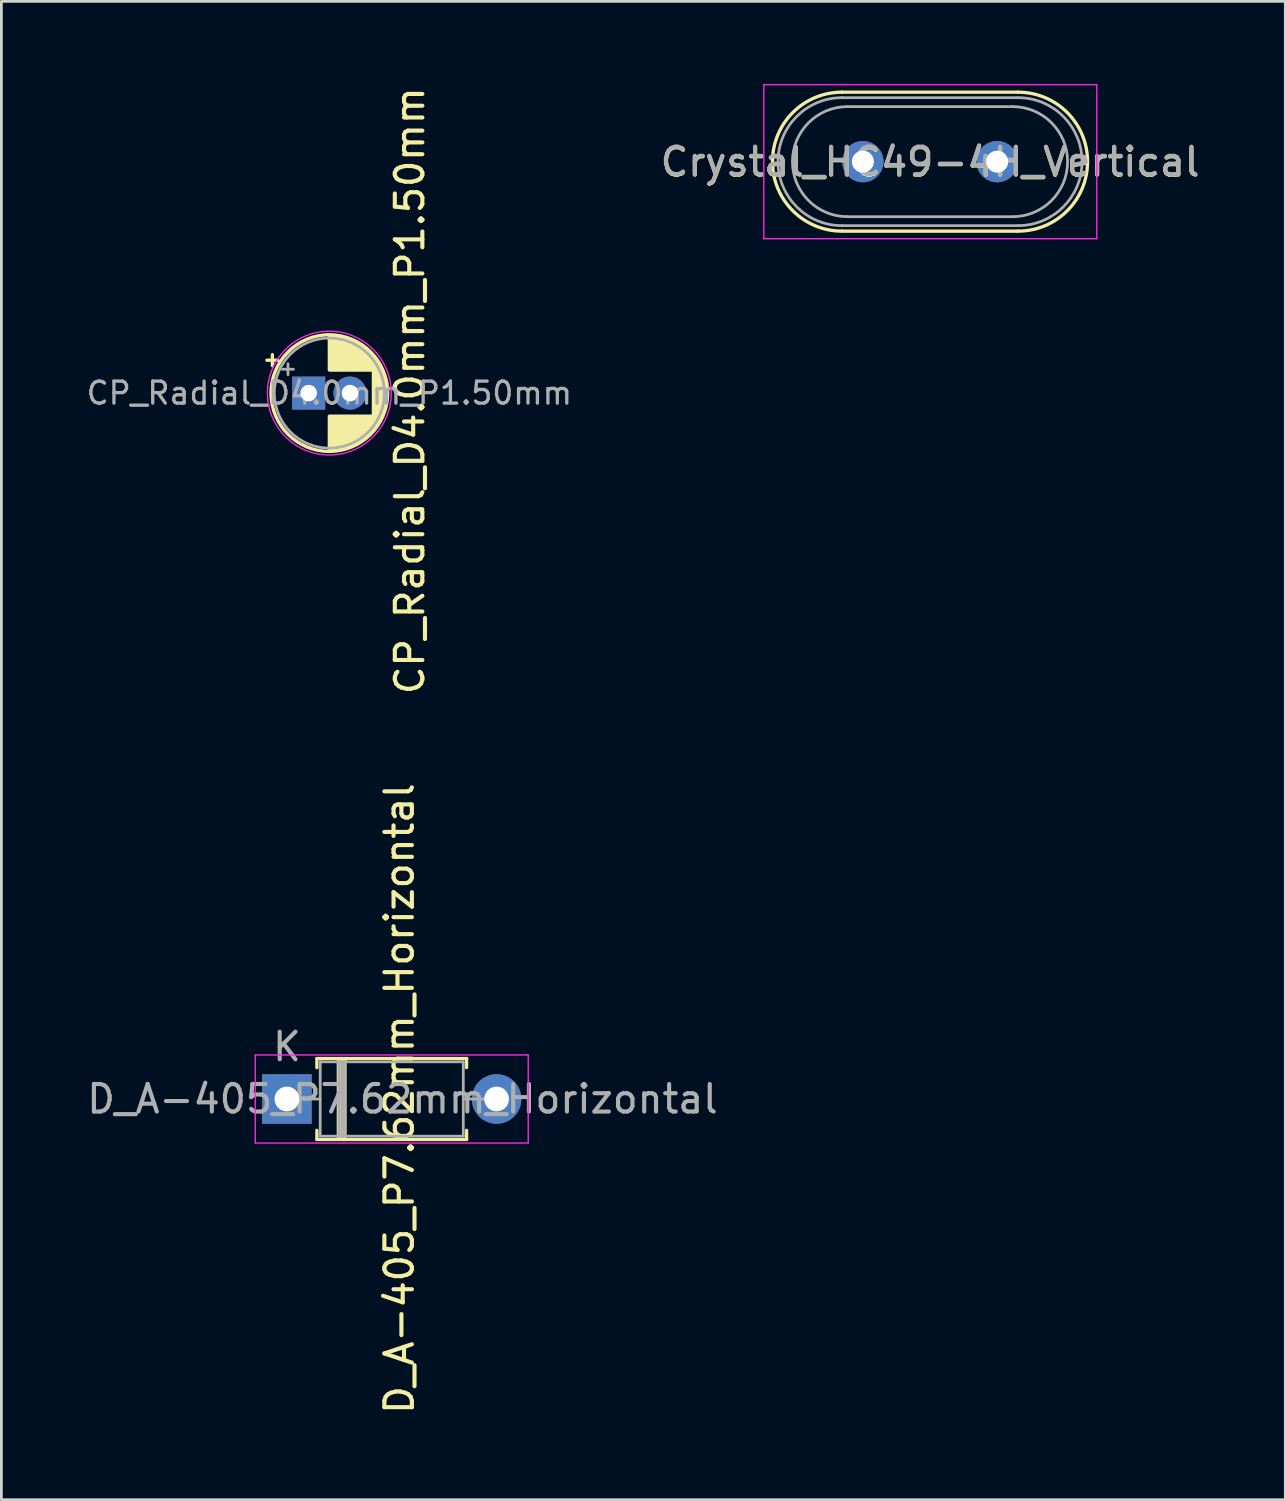
<source format=kicad_pcb>
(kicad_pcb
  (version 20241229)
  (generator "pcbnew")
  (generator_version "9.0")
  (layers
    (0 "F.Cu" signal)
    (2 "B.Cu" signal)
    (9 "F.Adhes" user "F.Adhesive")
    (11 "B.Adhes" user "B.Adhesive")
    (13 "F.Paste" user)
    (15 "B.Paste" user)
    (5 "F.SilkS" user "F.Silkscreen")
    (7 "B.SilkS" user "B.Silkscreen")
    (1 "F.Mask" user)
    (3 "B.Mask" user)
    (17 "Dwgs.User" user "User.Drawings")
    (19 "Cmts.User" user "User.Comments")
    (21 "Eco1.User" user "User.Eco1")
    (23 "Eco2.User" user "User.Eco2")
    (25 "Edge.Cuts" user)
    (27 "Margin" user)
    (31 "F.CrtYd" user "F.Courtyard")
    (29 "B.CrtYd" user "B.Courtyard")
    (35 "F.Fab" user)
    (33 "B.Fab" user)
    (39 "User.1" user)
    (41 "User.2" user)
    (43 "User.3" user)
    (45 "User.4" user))
  (footprint "D_A-405_P7.62mm_Horizontal"
    (layer "F.Cu")
    (at 7.377 36.89)
    (property "Reference" "D_A-405_P7.62mm_Horizontal" (at 4.087 -0.015 90) (layer "F.SilkS") (effects (font (size 1 1) (thickness 0.15))))
    (attr through_hole)
    (fp_line (start 1.09 -1.47) (end 6.53 -1.47) (stroke (width 0.12) (type solid)) (layer "F.SilkS"))
    (fp_line (start 1.09 -1.14) (end 1.09 -1.47) (stroke (width 0.12) (type solid)) (layer "F.SilkS"))
    (fp_line (start 1.09 1.14) (end 1.09 1.47) (stroke (width 0.12) (type solid)) (layer "F.SilkS"))
    (fp_line (start 1.09 1.47) (end 6.53 1.47) (stroke (width 0.12) (type solid)) (layer "F.SilkS"))
    (fp_line (start 1.87 -1.47) (end 1.87 1.47) (stroke (width 0.12) (type solid)) (layer "F.SilkS"))
    (fp_line (start 1.99 -1.47) (end 1.99 1.47) (stroke (width 0.12) (type solid)) (layer "F.SilkS"))
    (fp_line (start 2.11 -1.47) (end 2.11 1.47) (stroke (width 0.12) (type solid)) (layer "F.SilkS"))
    (fp_line (start 6.53 -1.47) (end 6.53 -1.14) (stroke (width 0.12) (type solid)) (layer "F.SilkS"))
    (fp_line (start 6.53 1.47) (end 6.53 1.14) (stroke (width 0.12) (type solid)) (layer "F.SilkS"))
    (fp_line (start -1.15 -1.6) (end -1.15 1.6) (stroke (width 0.05) (type solid)) (layer "F.CrtYd"))
    (fp_line (start -1.15 1.6) (end 8.77 1.6) (stroke (width 0.05) (type solid)) (layer "F.CrtYd"))
    (fp_line (start 8.77 -1.6) (end -1.15 -1.6) (stroke (width 0.05) (type solid)) (layer "F.CrtYd"))
    (fp_line (start 8.77 1.6) (end 8.77 -1.6) (stroke (width 0.05) (type solid)) (layer "F.CrtYd"))
    (fp_line (start 0 0) (end 1.21 0) (stroke (width 0.1) (type solid)) (layer "F.Fab"))
    (fp_line (start 1.21 -1.35) (end 1.21 1.35) (stroke (width 0.1) (type solid)) (layer "F.Fab"))
    (fp_line (start 1.21 1.35) (end 6.41 1.35) (stroke (width 0.1) (type solid)) (layer "F.Fab"))
    (fp_line (start 1.89 -1.35) (end 1.89 1.35) (stroke (width 0.1) (type solid)) (layer "F.Fab"))
    (fp_line (start 1.99 -1.35) (end 1.99 1.35) (stroke (width 0.1) (type solid)) (layer "F.Fab"))
    (fp_line (start 2.09 -1.35) (end 2.09 1.35) (stroke (width 0.1) (type solid)) (layer "F.Fab"))
    (fp_line (start 6.41 -1.35) (end 1.21 -1.35) (stroke (width 0.1) (type solid)) (layer "F.Fab"))
    (fp_line (start 6.41 1.35) (end 6.41 -1.35) (stroke (width 0.1) (type solid)) (layer "F.Fab"))
    (fp_line (start 7.62 0) (end 6.41 0) (stroke (width 0.1) (type solid)) (layer "F.Fab"))
    (fp_text user "K" (at 0 -1.9 0) (layer "F.Fab") (effects (font (size 1 1) (thickness 0.15))))
    (fp_text user "${REFERENCE}" (at 4.2 0 0) (layer "F.Fab") (effects (font (size 1 1) (thickness 0.15))))
    (pad "1" thru_hole rect (at 0 0) (size 1.8 1.8) (drill 0.9) (layers "*.Cu" "*.Mask"))
    (pad "2" thru_hole oval (at 7.62 0) (size 1.8 1.8) (drill 0.9) (layers "*.Cu" "*.Mask")))
  (footprint "Crystal_HC49-4H_Vertical"
    (layer "F.Cu")
    (at 28.309 2.825)
    (property "Reference" "Crystal_HC49-4H_Vertical" (at 2.44 0.019 0) (layer "F.SilkS") (effects (font (size 1 1) (thickness 0.15))))
    (attr through_hole)
    (fp_line (start -0.76 -2.525) (end 5.64 -2.525) (stroke (width 0.12) (type solid)) (layer "F.SilkS"))
    (fp_line (start -0.76 2.525) (end 5.64 2.525) (stroke (width 0.12) (type solid)) (layer "F.SilkS"))
    (fp_arc (start -0.76 2.525) (mid -3.285 0) (end -0.76 -2.525) (stroke (width 0.12) (type solid)) (layer "F.SilkS"))
    (fp_arc (start 5.64 -2.525) (mid 8.165 0) (end 5.64 2.525) (stroke (width 0.12) (type solid)) (layer "F.SilkS"))
    (fp_line (start -3.6 -2.8) (end -3.6 2.8) (stroke (width 0.05) (type solid)) (layer "F.CrtYd"))
    (fp_line (start -3.6 2.8) (end 8.5 2.8) (stroke (width 0.05) (type solid)) (layer "F.CrtYd"))
    (fp_line (start 8.5 -2.8) (end -3.6 -2.8) (stroke (width 0.05) (type solid)) (layer "F.CrtYd"))
    (fp_line (start 8.5 2.8) (end 8.5 -2.8) (stroke (width 0.05) (type solid)) (layer "F.CrtYd"))
    (fp_line (start -0.76 -2.325) (end 5.64 -2.325) (stroke (width 0.1) (type solid)) (layer "F.Fab"))
    (fp_line (start -0.76 2.325) (end 5.64 2.325) (stroke (width 0.1) (type solid)) (layer "F.Fab"))
    (fp_line (start -0.56 -2) (end 5.44 -2) (stroke (width 0.1) (type solid)) (layer "F.Fab"))
    (fp_line (start -0.56 2) (end 5.44 2) (stroke (width 0.1) (type solid)) (layer "F.Fab"))
    (fp_arc (start -0.76 2.325) (mid -3.085 0) (end -0.76 -2.325) (stroke (width 0.1) (type solid)) (layer "F.Fab"))
    (fp_arc (start -0.56 2) (mid -2.56 0) (end -0.56 -2) (stroke (width 0.1) (type solid)) (layer "F.Fab"))
    (fp_arc (start 5.44 -2) (mid 7.44 0) (end 5.44 2) (stroke (width 0.1) (type solid)) (layer "F.Fab"))
    (fp_arc (start 5.64 -2.325) (mid 7.965 0) (end 5.64 2.325) (stroke (width 0.1) (type solid)) (layer "F.Fab"))
    (fp_text user "${REFERENCE}" (at 2.44 0 0) (layer "F.Fab") (effects (font (size 1 1) (thickness 0.15))))
    (pad "1" thru_hole circle (at 0 0) (size 1.5 1.5) (drill 0.8) (layers "*.Cu" "*.Mask"))
    (pad "2" thru_hole circle (at 4.88 0) (size 1.5 1.5) (drill 0.8) (layers "*.Cu" "*.Mask")))
  (footprint "CP_Radial_D4.0mm_P1.50mm"
    (layer "F.Cu")
    (at 8.169 11.236)
    (property "Reference" "CP_Radial_D4.0mm_P1.50mm" (at 3.675 -0.087 90) (layer "F.SilkS") (effects (font (size 1 1) (thickness 0.15))))
    (attr through_hole)
    (fp_line (start -1.52 -1.195) (end -1.12 -1.195) (stroke (width 0.12) (type solid)) (layer "F.SilkS"))
    (fp_line (start -1.32 -1.395) (end -1.32 -0.995) (stroke (width 0.12) (type solid)) (layer "F.SilkS"))
    (fp_line (start 0.75 -2.08) (end 0.75 -0.84) (stroke (width 0.12) (type solid)) (layer "F.SilkS"))
    (fp_line (start 0.75 0.84) (end 0.75 2.08) (stroke (width 0.12) (type solid)) (layer "F.SilkS"))
    (fp_line (start 0.79 -2.08) (end 0.79 -0.84) (stroke (width 0.12) (type solid)) (layer "F.SilkS"))
    (fp_line (start 0.79 0.84) (end 0.79 2.08) (stroke (width 0.12) (type solid)) (layer "F.SilkS"))
    (fp_line (start 0.83 -2.079) (end 0.83 -0.84) (stroke (width 0.12) (type solid)) (layer "F.SilkS"))
    (fp_line (start 0.83 0.84) (end 0.83 2.079) (stroke (width 0.12) (type solid)) (layer "F.SilkS"))
    (fp_line (start 0.87 -2.077) (end 0.87 -0.84) (stroke (width 0.12) (type solid)) (layer "F.SilkS"))
    (fp_line (start 0.87 0.84) (end 0.87 2.077) (stroke (width 0.12) (type solid)) (layer "F.SilkS"))
    (fp_line (start 0.91 -2.074) (end 0.91 -0.84) (stroke (width 0.12) (type solid)) (layer "F.SilkS"))
    (fp_line (start 0.91 0.84) (end 0.91 2.074) (stroke (width 0.12) (type solid)) (layer "F.SilkS"))
    (fp_line (start 0.95 -2.071) (end 0.95 -0.84) (stroke (width 0.12) (type solid)) (layer "F.SilkS"))
    (fp_line (start 0.95 0.84) (end 0.95 2.071) (stroke (width 0.12) (type solid)) (layer "F.SilkS"))
    (fp_line (start 0.99 -2.067) (end 0.99 -0.84) (stroke (width 0.12) (type solid)) (layer "F.SilkS"))
    (fp_line (start 0.99 0.84) (end 0.99 2.067) (stroke (width 0.12) (type solid)) (layer "F.SilkS"))
    (fp_line (start 1.03 -2.062) (end 1.03 -0.84) (stroke (width 0.12) (type solid)) (layer "F.SilkS"))
    (fp_line (start 1.03 0.84) (end 1.03 2.062) (stroke (width 0.12) (type solid)) (layer "F.SilkS"))
    (fp_line (start 1.07 -2.056) (end 1.07 -0.84) (stroke (width 0.12) (type solid)) (layer "F.SilkS"))
    (fp_line (start 1.07 0.84) (end 1.07 2.056) (stroke (width 0.12) (type solid)) (layer "F.SilkS"))
    (fp_line (start 1.11 -2.05) (end 1.11 -0.84) (stroke (width 0.12) (type solid)) (layer "F.SilkS"))
    (fp_line (start 1.11 0.84) (end 1.11 2.05) (stroke (width 0.12) (type solid)) (layer "F.SilkS"))
    (fp_line (start 1.15 -2.042) (end 1.15 -0.84) (stroke (width 0.12) (type solid)) (layer "F.SilkS"))
    (fp_line (start 1.15 0.84) (end 1.15 2.042) (stroke (width 0.12) (type solid)) (layer "F.SilkS"))
    (fp_line (start 1.19 -2.034) (end 1.19 -0.84) (stroke (width 0.12) (type solid)) (layer "F.SilkS"))
    (fp_line (start 1.19 0.84) (end 1.19 2.034) (stroke (width 0.12) (type solid)) (layer "F.SilkS"))
    (fp_line (start 1.23 -2.025) (end 1.23 -0.84) (stroke (width 0.12) (type solid)) (layer "F.SilkS"))
    (fp_line (start 1.23 0.84) (end 1.23 2.025) (stroke (width 0.12) (type solid)) (layer "F.SilkS"))
    (fp_line (start 1.27 -2.016) (end 1.27 -0.84) (stroke (width 0.12) (type solid)) (layer "F.SilkS"))
    (fp_line (start 1.27 0.84) (end 1.27 2.016) (stroke (width 0.12) (type solid)) (layer "F.SilkS"))
    (fp_line (start 1.31 -2.005) (end 1.31 -0.84) (stroke (width 0.12) (type solid)) (layer "F.SilkS"))
    (fp_line (start 1.31 0.84) (end 1.31 2.005) (stroke (width 0.12) (type solid)) (layer "F.SilkS"))
    (fp_line (start 1.35 -1.994) (end 1.35 -0.84) (stroke (width 0.12) (type solid)) (layer "F.SilkS"))
    (fp_line (start 1.35 0.84) (end 1.35 1.994) (stroke (width 0.12) (type solid)) (layer "F.SilkS"))
    (fp_line (start 1.39 -1.982) (end 1.39 -0.84) (stroke (width 0.12) (type solid)) (layer "F.SilkS"))
    (fp_line (start 1.39 0.84) (end 1.39 1.982) (stroke (width 0.12) (type solid)) (layer "F.SilkS"))
    (fp_line (start 1.43 -1.968) (end 1.43 -0.84) (stroke (width 0.12) (type solid)) (layer "F.SilkS"))
    (fp_line (start 1.43 0.84) (end 1.43 1.968) (stroke (width 0.12) (type solid)) (layer "F.SilkS"))
    (fp_line (start 1.471 -1.954) (end 1.471 -0.84) (stroke (width 0.12) (type solid)) (layer "F.SilkS"))
    (fp_line (start 1.471 0.84) (end 1.471 1.954) (stroke (width 0.12) (type solid)) (layer "F.SilkS"))
    (fp_line (start 1.511 -1.94) (end 1.511 -0.84) (stroke (width 0.12) (type solid)) (layer "F.SilkS"))
    (fp_line (start 1.511 0.84) (end 1.511 1.94) (stroke (width 0.12) (type solid)) (layer "F.SilkS"))
    (fp_line (start 1.551 -1.924) (end 1.551 -0.84) (stroke (width 0.12) (type solid)) (layer "F.SilkS"))
    (fp_line (start 1.551 0.84) (end 1.551 1.924) (stroke (width 0.12) (type solid)) (layer "F.SilkS"))
    (fp_line (start 1.591 -1.907) (end 1.591 -0.84) (stroke (width 0.12) (type solid)) (layer "F.SilkS"))
    (fp_line (start 1.591 0.84) (end 1.591 1.907) (stroke (width 0.12) (type solid)) (layer "F.SilkS"))
    (fp_line (start 1.631 -1.889) (end 1.631 -0.84) (stroke (width 0.12) (type solid)) (layer "F.SilkS"))
    (fp_line (start 1.631 0.84) (end 1.631 1.889) (stroke (width 0.12) (type solid)) (layer "F.SilkS"))
    (fp_line (start 1.671 -1.87) (end 1.671 -0.84) (stroke (width 0.12) (type solid)) (layer "F.SilkS"))
    (fp_line (start 1.671 0.84) (end 1.671 1.87) (stroke (width 0.12) (type solid)) (layer "F.SilkS"))
    (fp_line (start 1.711 -1.851) (end 1.711 -0.84) (stroke (width 0.12) (type solid)) (layer "F.SilkS"))
    (fp_line (start 1.711 0.84) (end 1.711 1.851) (stroke (width 0.12) (type solid)) (layer "F.SilkS"))
    (fp_line (start 1.751 -1.83) (end 1.751 -0.84) (stroke (width 0.12) (type solid)) (layer "F.SilkS"))
    (fp_line (start 1.751 0.84) (end 1.751 1.83) (stroke (width 0.12) (type solid)) (layer "F.SilkS"))
    (fp_line (start 1.791 -1.808) (end 1.791 -0.84) (stroke (width 0.12) (type solid)) (layer "F.SilkS"))
    (fp_line (start 1.791 0.84) (end 1.791 1.808) (stroke (width 0.12) (type solid)) (layer "F.SilkS"))
    (fp_line (start 1.831 -1.785) (end 1.831 -0.84) (stroke (width 0.12) (type solid)) (layer "F.SilkS"))
    (fp_line (start 1.831 0.84) (end 1.831 1.785) (stroke (width 0.12) (type solid)) (layer "F.SilkS"))
    (fp_line (start 1.871 -1.76) (end 1.871 -0.84) (stroke (width 0.12) (type solid)) (layer "F.SilkS"))
    (fp_line (start 1.871 0.84) (end 1.871 1.76) (stroke (width 0.12) (type solid)) (layer "F.SilkS"))
    (fp_line (start 1.911 -1.735) (end 1.911 -0.84) (stroke (width 0.12) (type solid)) (layer "F.SilkS"))
    (fp_line (start 1.911 0.84) (end 1.911 1.735) (stroke (width 0.12) (type solid)) (layer "F.SilkS"))
    (fp_line (start 1.951 -1.708) (end 1.951 -0.84) (stroke (width 0.12) (type solid)) (layer "F.SilkS"))
    (fp_line (start 1.951 0.84) (end 1.951 1.708) (stroke (width 0.12) (type solid)) (layer "F.SilkS"))
    (fp_line (start 1.991 -1.68) (end 1.991 -0.84) (stroke (width 0.12) (type solid)) (layer "F.SilkS"))
    (fp_line (start 1.991 0.84) (end 1.991 1.68) (stroke (width 0.12) (type solid)) (layer "F.SilkS"))
    (fp_line (start 2.031 -1.65) (end 2.031 -0.84) (stroke (width 0.12) (type solid)) (layer "F.SilkS"))
    (fp_line (start 2.031 0.84) (end 2.031 1.65) (stroke (width 0.12) (type solid)) (layer "F.SilkS"))
    (fp_line (start 2.071 -1.619) (end 2.071 -0.84) (stroke (width 0.12) (type solid)) (layer "F.SilkS"))
    (fp_line (start 2.071 0.84) (end 2.071 1.619) (stroke (width 0.12) (type solid)) (layer "F.SilkS"))
    (fp_line (start 2.111 -1.587) (end 2.111 -0.84) (stroke (width 0.12) (type solid)) (layer "F.SilkS"))
    (fp_line (start 2.111 0.84) (end 2.111 1.587) (stroke (width 0.12) (type solid)) (layer "F.SilkS"))
    (fp_line (start 2.151 -1.552) (end 2.151 -0.84) (stroke (width 0.12) (type solid)) (layer "F.SilkS"))
    (fp_line (start 2.151 0.84) (end 2.151 1.552) (stroke (width 0.12) (type solid)) (layer "F.SilkS"))
    (fp_line (start 2.191 -1.516) (end 2.191 -0.84) (stroke (width 0.12) (type solid)) (layer "F.SilkS"))
    (fp_line (start 2.191 0.84) (end 2.191 1.516) (stroke (width 0.12) (type solid)) (layer "F.SilkS"))
    (fp_line (start 2.231 -1.478) (end 2.231 -0.84) (stroke (width 0.12) (type solid)) (layer "F.SilkS"))
    (fp_line (start 2.231 0.84) (end 2.231 1.478) (stroke (width 0.12) (type solid)) (layer "F.SilkS"))
    (fp_line (start 2.271 -1.438) (end 2.271 -0.84) (stroke (width 0.12) (type solid)) (layer "F.SilkS"))
    (fp_line (start 2.271 0.84) (end 2.271 1.438) (stroke (width 0.12) (type solid)) (layer "F.SilkS"))
    (fp_line (start 2.311 -1.396) (end 2.311 -0.84) (stroke (width 0.12) (type solid)) (layer "F.SilkS"))
    (fp_line (start 2.311 0.84) (end 2.311 1.396) (stroke (width 0.12) (type solid)) (layer "F.SilkS"))
    (fp_line (start 2.351 -1.351) (end 2.351 1.351) (stroke (width 0.12) (type solid)) (layer "F.SilkS"))
    (fp_line (start 2.391 -1.304) (end 2.391 1.304) (stroke (width 0.12) (type solid)) (layer "F.SilkS"))
    (fp_line (start 2.431 -1.254) (end 2.431 1.254) (stroke (width 0.12) (type solid)) (layer "F.SilkS"))
    (fp_line (start 2.471 -1.2) (end 2.471 1.2) (stroke (width 0.12) (type solid)) (layer "F.SilkS"))
    (fp_line (start 2.511 -1.142) (end 2.511 1.142) (stroke (width 0.12) (type solid)) (layer "F.SilkS"))
    (fp_line (start 2.551 -1.08) (end 2.551 1.08) (stroke (width 0.12) (type solid)) (layer "F.SilkS"))
    (fp_line (start 2.591 -1.013) (end 2.591 1.013) (stroke (width 0.12) (type solid)) (layer "F.SilkS"))
    (fp_line (start 2.631 -0.94) (end 2.631 0.94) (stroke (width 0.12) (type solid)) (layer "F.SilkS"))
    (fp_line (start 2.671 -0.859) (end 2.671 0.859) (stroke (width 0.12) (type solid)) (layer "F.SilkS"))
    (fp_line (start 2.711 -0.768) (end 2.711 0.768) (stroke (width 0.12) (type solid)) (layer "F.SilkS"))
    (fp_line (start 2.751 -0.664) (end 2.751 0.664) (stroke (width 0.12) (type solid)) (layer "F.SilkS"))
    (fp_line (start 2.791 -0.537) (end 2.791 0.537) (stroke (width 0.12) (type solid)) (layer "F.SilkS"))
    (fp_line (start 2.831 -0.37) (end 2.831 0.37) (stroke (width 0.12) (type solid)) (layer "F.SilkS"))
    (fp_circle (center 0.75 0) (end 2.87 0) (stroke (width 0.12) (type solid)) (fill no) (layer "F.SilkS"))
    (fp_circle (center 0.75 0) (end 3 0) (stroke (width 0.05) (type solid)) (fill no) (layer "F.CrtYd"))
    (fp_line (start -0.953 -0.868) (end -0.553 -0.868) (stroke (width 0.1) (type solid)) (layer "F.Fab"))
    (fp_line (start -0.753 -1.067) (end -0.753 -0.667) (stroke (width 0.1) (type solid)) (layer "F.Fab"))
    (fp_circle (center 0.75 0) (end 2.75 0) (stroke (width 0.1) (type solid)) (fill no) (layer "F.Fab"))
    (fp_text user "${REFERENCE}" (at 0.75 0 0) (layer "F.Fab") (effects (font (size 0.8 0.8) (thickness 0.12))))
    (pad "1" thru_hole rect (at 0 0) (size 1.2 1.2) (drill 0.6) (layers "*.Cu" "*.Mask"))
    (pad "2" thru_hole circle (at 1.5 0) (size 1.2 1.2) (drill 0.6) (layers "*.Cu" "*.Mask")))
  (gr_rect
    (start -3 -3)
    (end 43.66 51.452)
    (stroke (width 0.1) (type default))
    (fill no)
    (layer "Edge.Cuts")))
</source>
